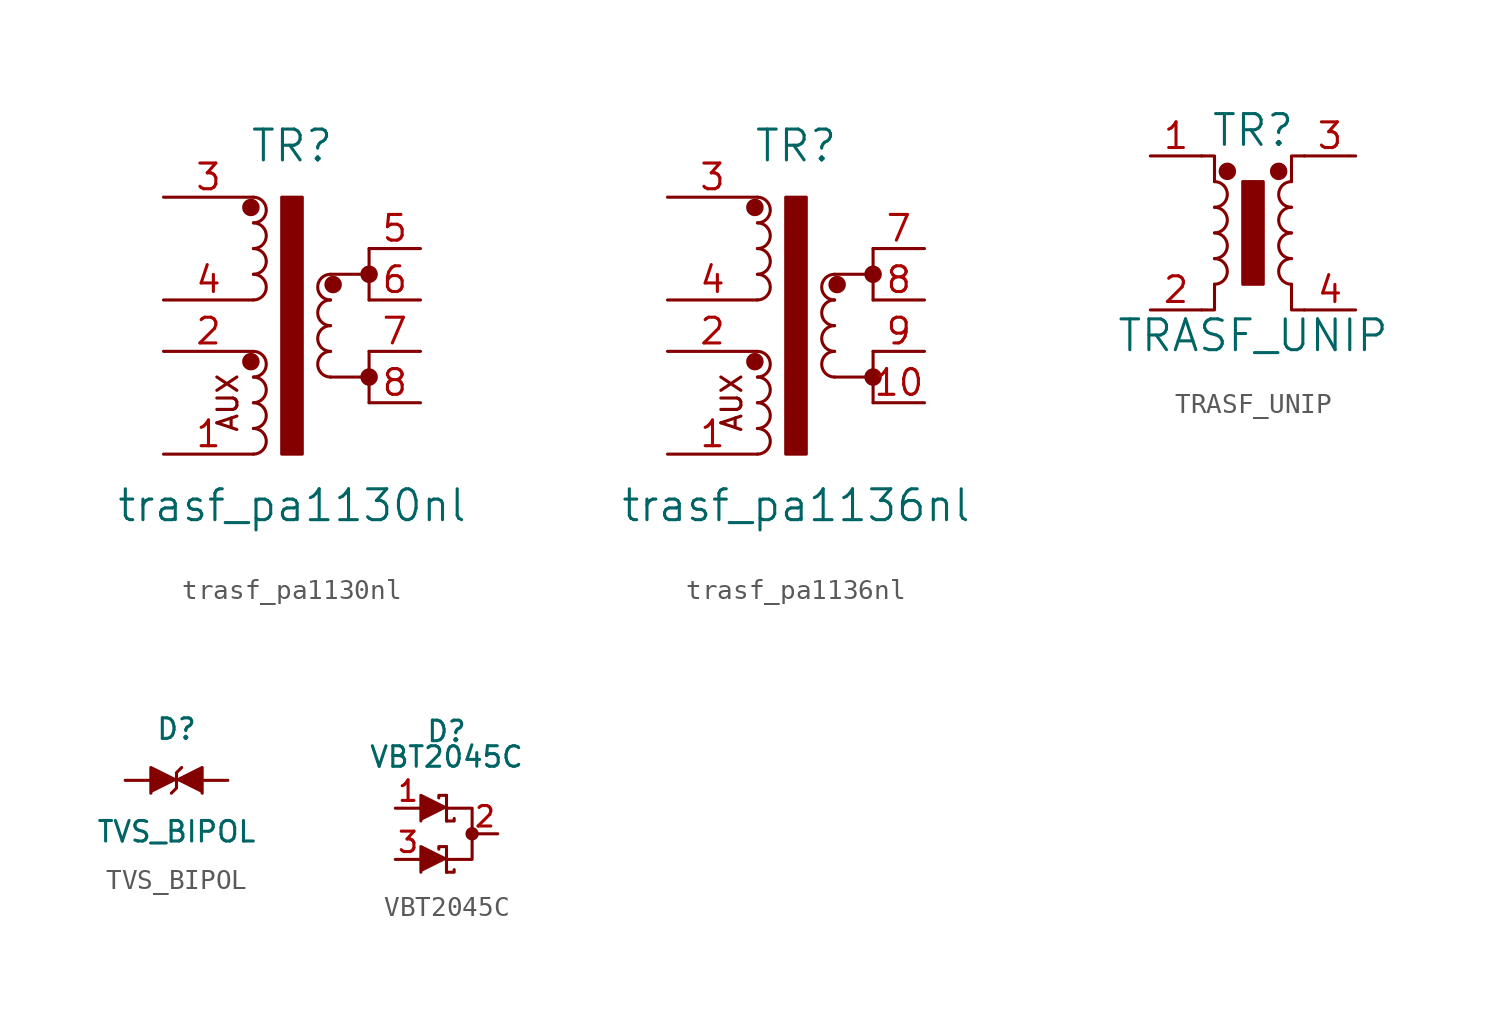
<source format=kicad_sym>
(kicad_symbol_lib
  (version 20220914)
  (generator kicad_symbol_editor)
  (symbol "trasf_pa1130nl"
    (pin_names
      (offset 1.016))
    (property "Reference" "TR"
      (at 0 8.89 0)
      (effects (font (size 1.524 1.524))))
    (property "Value" "trasf_pa1130nl"
      (at 0 -8.89 0)
      (effects (font (size 1.524 1.524))))
    (property "Footprint" ""
      (at 0 3.81 0)
      (effects (font (size 1.524 1.524))))
    (property "Datasheet" ""
      (at 0 0 0)
      (effects (font (size 1.524 1.524))))
    (symbol "trasf_pa1130nl_0_0"
      (text "AUX" (at -3.175 -3.81 900) (effects (font (size 0.991 0.991)))))
    (symbol "trasf_pa1130nl_0_1"
      (circle (center -2.032 -1.778) (radius 0.356) (stroke (width 0) (type solid)) (fill (type outline)))
      (circle (center -2.032 5.842) (radius 0.356) (stroke (width 0) (type solid)) (fill (type outline)))
      (arc (start -1.905 -6.35) (mid -1.2727 -5.715) (end -1.905 -5.08) (stroke (width 0) (type solid)) (fill (type none)))
      (arc (start -1.905 -5.08) (mid -1.2727 -4.445) (end -1.905 -3.81) (stroke (width 0) (type solid)) (fill (type none)))
      (arc (start -1.905 -3.81) (mid -1.2727 -3.175) (end -1.905 -2.54) (stroke (width 0) (type solid)) (fill (type none)))
      (arc (start -1.905 -2.54) (mid -1.2727 -1.905) (end -1.905 -1.27) (stroke (width 0) (type solid)) (fill (type none)))
      (arc (start -1.905 1.27) (mid -1.2727 1.905) (end -1.905 2.54) (stroke (width 0) (type solid)) (fill (type none)))
      (arc (start -1.905 2.54) (mid -1.2727 3.175) (end -1.905 3.81) (stroke (width 0) (type solid)) (fill (type none)))
      (arc (start -1.905 3.81) (mid -1.2727 4.445) (end -1.905 5.08) (stroke (width 0) (type solid)) (fill (type none)))
      (arc (start -1.905 5.08) (mid -1.2727 5.715) (end -1.905 6.35) (stroke (width 0) (type solid)) (fill (type none)))
      (rectangle (start -0.508 6.35) (end 0.508 -6.35) (stroke (width 0) (type solid)) (fill (type outline)))
      (polyline (pts (xy 1.905 -2.54) (xy 3.81 -2.54)) (stroke (width 0) (type solid)) (fill (type none)))
      (polyline (pts (xy 1.905 2.54) (xy 3.81 2.54)) (stroke (width 0) (type solid)) (fill (type none)))
      (polyline (pts (xy 3.81 -1.27) (xy 3.81 -3.81)) (stroke (width 0) (type solid)) (fill (type none)))
      (polyline (pts (xy 3.81 3.81) (xy 3.81 1.27)) (stroke (width 0) (type solid)) (fill (type none)))
      (arc (start 1.905 -1.27) (mid 1.2727 -1.905) (end 1.905 -2.54) (stroke (width 0) (type solid)) (fill (type none)))
      (arc (start 1.905 0) (mid 1.2727 -0.635) (end 1.905 -1.27) (stroke (width 0) (type solid)) (fill (type none)))
      (arc (start 1.905 1.27) (mid 1.2727 0.635) (end 1.905 0) (stroke (width 0) (type solid)) (fill (type none)))
      (arc (start 1.905 2.54) (mid 1.2727 1.905) (end 1.905 1.27) (stroke (width 0) (type solid)) (fill (type none)))
      (circle (center 2.032 2.032) (radius 0.356) (stroke (width 0) (type solid)) (fill (type outline)))
      (circle (center 3.81 -2.54) (radius 0.356) (stroke (width 0) (type solid)) (fill (type outline)))
      (circle (center 3.81 2.54) (radius 0.356) (stroke (width 0) (type solid)) (fill (type outline))))
    (symbol "trasf_pa1130nl_1_1"
      (pin input line (at -6.35 -6.35 0) (length 4.445) (name "~" (effects (font (size 1.27 1.27)))) (number "1" (effects (font (size 1.27 1.27)))))
      (pin input line (at -6.35 -1.27 0) (length 4.445) (name "~" (effects (font (size 1.27 1.27)))) (number "2" (effects (font (size 1.27 1.27)))))
      (pin input line (at -6.35 6.35 0) (length 4.445) (name "~" (effects (font (size 1.27 1.27)))) (number "3" (effects (font (size 1.27 1.27)))))
      (pin input line (at -6.35 1.27 0) (length 4.445) (name "~" (effects (font (size 1.27 1.27)))) (number "4" (effects (font (size 1.27 1.27)))))
      (pin input line (at 6.35 3.81 180) (length 2.54) (name "~" (effects (font (size 1.27 1.27)))) (number "5" (effects (font (size 1.27 1.27)))))
      (pin input line (at 6.35 1.27 180) (length 2.54) (name "~" (effects (font (size 1.27 1.27)))) (number "6" (effects (font (size 1.27 1.27)))))
      (pin input line (at 6.35 -1.27 180) (length 2.54) (name "~" (effects (font (size 1.27 1.27)))) (number "7" (effects (font (size 1.27 1.27)))))
      (pin input line (at 6.35 -3.81 180) (length 2.54) (name "~" (effects (font (size 1.27 1.27)))) (number "8" (effects (font (size 1.27 1.27)))))))
  (symbol "trasf_pa1136nl"
    (pin_names
      (offset 1.016))
    (property "Reference" "TR"
      (at 0 8.89 0)
      (effects (font (size 1.524 1.524))))
    (property "Value" "trasf_pa1136nl"
      (at 0 -8.89 0)
      (effects (font (size 1.524 1.524))))
    (property "Footprint" ""
      (at 0 3.81 0)
      (effects (font (size 1.524 1.524))))
    (property "Datasheet" ""
      (at 0 0 0)
      (effects (font (size 1.524 1.524))))
    (symbol "trasf_pa1136nl_0_0"
      (text "AUX" (at -3.175 -3.81 900) (effects (font (size 0.991 0.991)))))
    (symbol "trasf_pa1136nl_0_1"
      (circle (center -2.032 -1.778) (radius 0.356) (stroke (width 0) (type solid)) (fill (type outline)))
      (circle (center -2.032 5.842) (radius 0.356) (stroke (width 0) (type solid)) (fill (type outline)))
      (arc (start -1.905 -6.35) (mid -1.2727 -5.715) (end -1.905 -5.08) (stroke (width 0) (type solid)) (fill (type none)))
      (arc (start -1.905 -5.08) (mid -1.2727 -4.445) (end -1.905 -3.81) (stroke (width 0) (type solid)) (fill (type none)))
      (arc (start -1.905 -3.81) (mid -1.2727 -3.175) (end -1.905 -2.54) (stroke (width 0) (type solid)) (fill (type none)))
      (arc (start -1.905 -2.54) (mid -1.2727 -1.905) (end -1.905 -1.27) (stroke (width 0) (type solid)) (fill (type none)))
      (arc (start -1.905 1.27) (mid -1.2727 1.905) (end -1.905 2.54) (stroke (width 0) (type solid)) (fill (type none)))
      (arc (start -1.905 2.54) (mid -1.2727 3.175) (end -1.905 3.81) (stroke (width 0) (type solid)) (fill (type none)))
      (arc (start -1.905 3.81) (mid -1.2727 4.445) (end -1.905 5.08) (stroke (width 0) (type solid)) (fill (type none)))
      (arc (start -1.905 5.08) (mid -1.2727 5.715) (end -1.905 6.35) (stroke (width 0) (type solid)) (fill (type none)))
      (rectangle (start -0.508 6.35) (end 0.508 -6.35) (stroke (width 0) (type solid)) (fill (type outline)))
      (polyline (pts (xy 1.905 -2.54) (xy 3.81 -2.54)) (stroke (width 0) (type solid)) (fill (type none)))
      (polyline (pts (xy 1.905 2.54) (xy 3.81 2.54)) (stroke (width 0) (type solid)) (fill (type none)))
      (polyline (pts (xy 3.81 -1.27) (xy 3.81 -3.81)) (stroke (width 0) (type solid)) (fill (type none)))
      (polyline (pts (xy 3.81 3.81) (xy 3.81 1.27)) (stroke (width 0) (type solid)) (fill (type none)))
      (arc (start 1.905 -1.27) (mid 1.2727 -1.905) (end 1.905 -2.54) (stroke (width 0) (type solid)) (fill (type none)))
      (arc (start 1.905 0) (mid 1.2727 -0.635) (end 1.905 -1.27) (stroke (width 0) (type solid)) (fill (type none)))
      (arc (start 1.905 1.27) (mid 1.2727 0.635) (end 1.905 0) (stroke (width 0) (type solid)) (fill (type none)))
      (arc (start 1.905 2.54) (mid 1.2727 1.905) (end 1.905 1.27) (stroke (width 0) (type solid)) (fill (type none)))
      (circle (center 2.032 2.032) (radius 0.356) (stroke (width 0) (type solid)) (fill (type outline)))
      (circle (center 3.81 -2.54) (radius 0.356) (stroke (width 0) (type solid)) (fill (type outline)))
      (circle (center 3.81 2.54) (radius 0.356) (stroke (width 0) (type solid)) (fill (type outline))))
    (symbol "trasf_pa1136nl_1_1"
      (pin input line (at -6.35 -6.35 0) (length 4.445) (name "~" (effects (font (size 1.27 1.27)))) (number "1" (effects (font (size 1.27 1.27)))))
      (pin input line (at 6.35 -3.81 180) (length 2.54) (name "~" (effects (font (size 1.27 1.27)))) (number "10" (effects (font (size 1.27 1.27)))))
      (pin input line (at -6.35 -1.27 0) (length 4.445) (name "~" (effects (font (size 1.27 1.27)))) (number "2" (effects (font (size 1.27 1.27)))))
      (pin input line (at -6.35 6.35 0) (length 4.445) (name "~" (effects (font (size 1.27 1.27)))) (number "3" (effects (font (size 1.27 1.27)))))
      (pin input line (at -6.35 1.27 0) (length 4.445) (name "~" (effects (font (size 1.27 1.27)))) (number "4" (effects (font (size 1.27 1.27)))))
      (pin input line (at 6.35 3.81 180) (length 2.54) (name "~" (effects (font (size 1.27 1.27)))) (number "7" (effects (font (size 1.27 1.27)))))
      (pin input line (at 6.35 1.27 180) (length 2.54) (name "~" (effects (font (size 1.27 1.27)))) (number "8" (effects (font (size 1.27 1.27)))))
      (pin input line (at 6.35 -1.27 180) (length 2.54) (name "~" (effects (font (size 1.27 1.27)))) (number "9" (effects (font (size 1.27 1.27)))))))
  (symbol "TRASF_UNIP"
    (pin_names
      (offset 1.016))
    (property "Reference" "TR"
      (at 0 5.08 0)
      (effects (font (size 1.524 1.524))))
    (property "Value" "TRASF_UNIP"
      (at 0 -5.08 0)
      (effects (font (size 1.524 1.524))))
    (property "Footprint" ""
      (at 0 0 0)
      (effects (font (size 1.524 1.524))))
    (property "Datasheet" ""
      (at 0 0 0)
      (effects (font (size 1.524 1.524))))
    (symbol "TRASF_UNIP_0_1"
      (arc (start -1.905 -2.54) (mid -1.2727 -1.905) (end -1.905 -1.27) (stroke (width 0) (type solid)) (fill (type none)))
      (arc (start -1.905 -1.27) (mid -1.2727 -0.635) (end -1.905 0) (stroke (width 0) (type solid)) (fill (type none)))
      (arc (start -1.905 0) (mid -1.2727 0.635) (end -1.905 1.27) (stroke (width 0) (type solid)) (fill (type none)))
      (arc (start -1.905 1.27) (mid -1.2727 1.905) (end -1.905 2.54) (stroke (width 0) (type solid)) (fill (type none)))
      (circle (center -1.27 3.048) (radius 0.356) (stroke (width 0) (type solid)) (fill (type outline)))
      (rectangle (start -0.508 2.54) (end 0.508 -2.54) (stroke (width 0) (type solid)) (fill (type outline)))
      (polyline (pts (xy -1.905 -2.54) (xy -1.905 -3.81) (xy -2.54 -3.81) (xy -2.54 -3.81)) (stroke (width 0) (type solid)) (fill (type none)))
      (polyline (pts (xy -1.905 2.54) (xy -1.905 3.81) (xy -2.54 3.81) (xy -2.54 3.81)) (stroke (width 0) (type solid)) (fill (type none)))
      (polyline (pts (xy 1.905 -2.54) (xy 1.905 -3.81) (xy 2.54 -3.81) (xy 2.54 -3.81)) (stroke (width 0) (type solid)) (fill (type none)))
      (polyline (pts (xy 1.905 2.54) (xy 1.905 3.81) (xy 2.54 3.81) (xy 2.54 3.81)) (stroke (width 0) (type solid)) (fill (type none)))
      (circle (center 1.27 3.048) (radius 0.356) (stroke (width 0) (type solid)) (fill (type outline)))
      (arc (start 1.905 -1.27) (mid 1.2727 -1.905) (end 1.905 -2.54) (stroke (width 0) (type solid)) (fill (type none)))
      (arc (start 1.905 0) (mid 1.2727 -0.635) (end 1.905 -1.27) (stroke (width 0) (type solid)) (fill (type none)))
      (arc (start 1.905 1.27) (mid 1.2727 0.635) (end 1.905 0) (stroke (width 0) (type solid)) (fill (type none)))
      (arc (start 1.905 2.54) (mid 1.2727 1.905) (end 1.905 1.27) (stroke (width 0) (type solid)) (fill (type none))))
    (symbol "TRASF_UNIP_1_1"
      (pin input line (at -5.08 3.81 0) (length 2.54) (name "~" (effects (font (size 1.27 1.27)))) (number "1" (effects (font (size 1.27 1.27)))))
      (pin input line (at -5.08 -3.81 0) (length 2.54) (name "~" (effects (font (size 1.27 1.27)))) (number "2" (effects (font (size 1.27 1.27)))))
      (pin input line (at 5.08 3.81 180) (length 2.54) (name "~" (effects (font (size 1.27 1.27)))) (number "3" (effects (font (size 1.27 1.27)))))
      (pin input line (at 5.08 -3.81 180) (length 2.54) (name "~" (effects (font (size 1.27 1.27)))) (number "4" (effects (font (size 1.27 1.27)))))))
  (symbol "TVS_BIPOL"
    (pin_numbers hide)
    (pin_names
      (offset 1.016) hide)
    (property "Reference" "D"
      (at 0 2.54 0)
      (effects (font (size 1.016 1.016))))
    (property "Value" "TVS_BIPOL"
      (at 0 -2.54 0)
      (effects (font (size 1.016 1.016))))
    (property "Footprint" ""
      (at 0 0 0)
      (effects (font (size 1.524 1.524))))
    (property "Datasheet" ""
      (at 0 0 0)
      (effects (font (size 1.524 1.524))))
    (symbol "TVS_BIPOL_0_0"
      (polyline (pts (xy -0.254 -0.635) (xy 0 -0.381) (xy 0 0.381) (xy 0.254 0.635) (xy 0.254 0.635)) (stroke (width 0) (type solid)) (fill (type none))))
    (symbol "TVS_BIPOL_0_1"
      (polyline (pts (xy 0 0) (xy -1.27 0.635) (xy -1.27 -0.635) (xy -1.27 -0.635)) (stroke (width 0) (type solid)) (fill (type outline)))
      (polyline (pts (xy 0 0) (xy 1.27 0.635) (xy 1.27 -0.635) (xy 1.27 -0.635)) (stroke (width 0) (type solid)) (fill (type outline))))
    (symbol "TVS_BIPOL_1_1"
      (pin passive line (at -2.54 0 0) (length 1.27) (name "A" (effects (font (size 1.016 1.016)))) (number "1" (effects (font (size 1.016 1.016)))))
      (pin passive line (at 2.54 0 180) (length 1.27) (name "K" (effects (font (size 1.016 1.016)))) (number "2" (effects (font (size 1.016 1.016)))))))
  (symbol "VBT2045C"
    (pin_names
      (offset 1.016) hide)
    (property "Reference" "D"
      (at 0 5.08 0)
      (effects (font (size 1.016 1.016))))
    (property "Value" "VBT2045C"
      (at 0 3.81 0)
      (effects (font (size 1.016 1.016))))
    (property "Footprint" ""
      (at -1.27 1.27 0)
      (effects (font (size 1.524 1.524))))
    (property "Datasheet" ""
      (at 0 0 0)
      (effects (font (size 1.524 1.524))))
    (symbol "VBT2045C_0_1"
      (polyline (pts (xy 0 -1.905) (xy 0 -0.635) (xy 0 -0.635)) (stroke (width 0) (type solid)) (fill (type none)))
      (polyline (pts (xy 0 0.635) (xy 0 1.905) (xy 0 1.905)) (stroke (width 0) (type solid)) (fill (type none)))
      (polyline (pts (xy 0 -1.905) (xy 0.381 -1.905) (xy 0.381 -1.778) (xy 0.381 -1.778)) (stroke (width 0) (type solid)) (fill (type none)))
      (polyline (pts (xy 0 -1.27) (xy -1.27 -0.635) (xy -1.27 -1.905) (xy -1.27 -1.905)) (stroke (width 0) (type solid)) (fill (type outline)))
      (polyline (pts (xy 0 -0.635) (xy -0.381 -0.635) (xy -0.381 -0.762) (xy -0.381 -0.762)) (stroke (width 0) (type solid)) (fill (type none)))
      (polyline (pts (xy 0 0.635) (xy 0.381 0.635) (xy 0.381 0.762) (xy 0.381 0.762)) (stroke (width 0) (type solid)) (fill (type none)))
      (polyline (pts (xy 0 1.27) (xy -1.27 1.905) (xy -1.27 0.635) (xy -1.27 0.635)) (stroke (width 0) (type solid)) (fill (type outline)))
      (polyline (pts (xy 0 1.27) (xy 1.27 1.27) (xy 1.27 -1.27) (xy 0 -1.27)) (stroke (width 0) (type solid)) (fill (type none)))
      (polyline (pts (xy 0 1.905) (xy -0.381 1.905) (xy -0.381 1.778) (xy -0.381 1.778)) (stroke (width 0) (type solid)) (fill (type none)))
      (circle (center 1.27 0) (radius 0.254) (stroke (width 0) (type solid)) (fill (type outline))))
    (symbol "VBT2045C_1_1"
      (pin passive line (at -2.54 1.27 0) (length 1.27) (name "A1" (effects (font (size 1.016 1.016)))) (number "1" (effects (font (size 1.016 1.016)))))
      (pin passive line (at 2.54 0 180) (length 1.27) (name "K" (effects (font (size 1.016 1.016)))) (number "2" (effects (font (size 1.016 1.016)))))
      (pin passive line (at -2.54 -1.27 0) (length 1.27) (name "A2" (effects (font (size 1.016 1.016)))) (number "3" (effects (font (size 1.016 1.016))))))))
</source>
